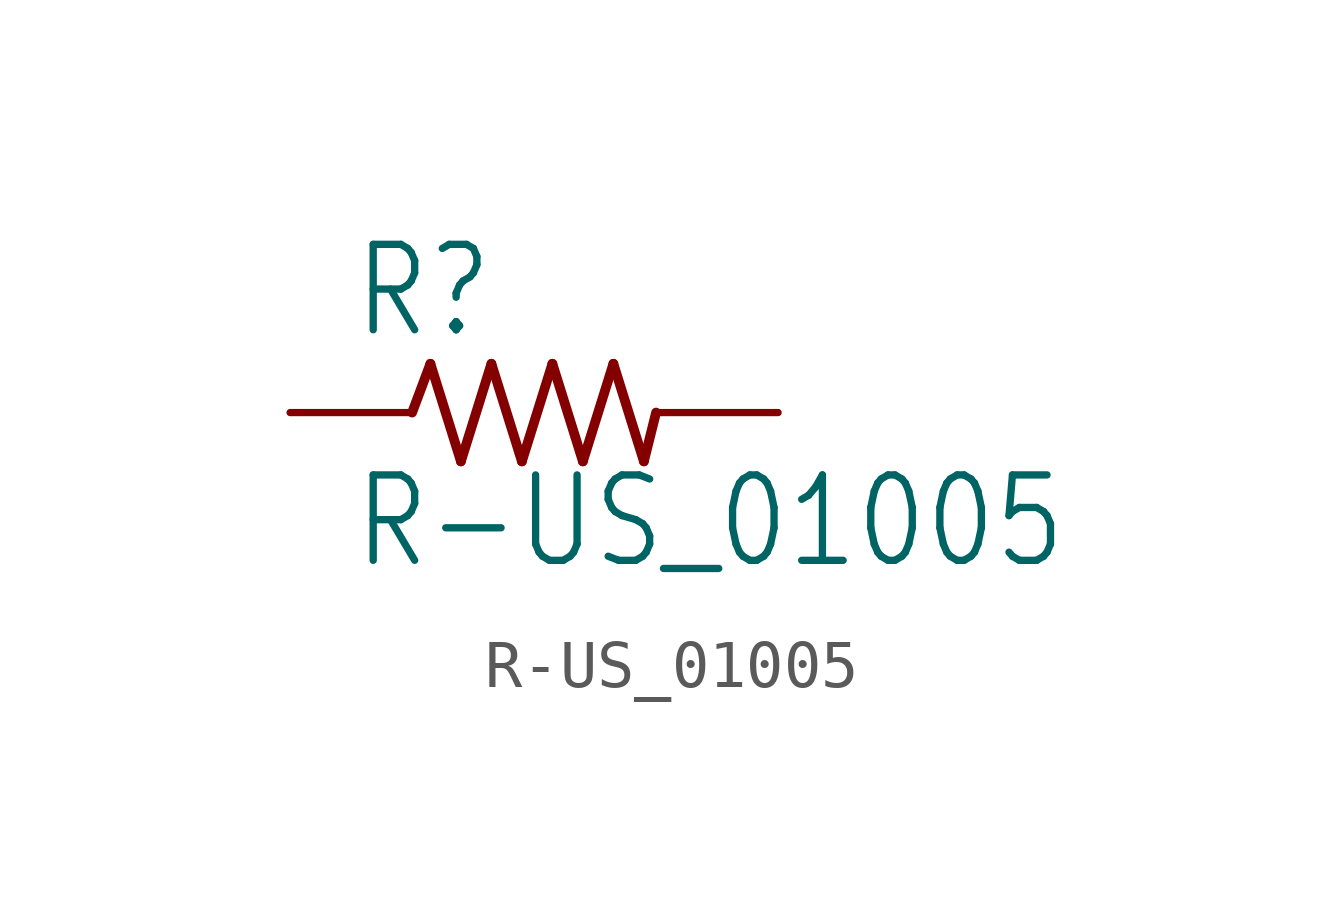
<source format=kicad_sym>
(kicad_symbol_lib
  (version 20211014)
  (generator kicad_symbol_editor)
  (symbol "R-US_01005"
    (property "Reference" "R"
      (at -3.81 1.499 0)
      (effects (font (size 1.778 1.511)) (justify left bottom)))
    (property "Value" "R-US_01005"
      (at -3.81 -3.302 0)
      (effects (font (size 1.778 1.511)) (justify left bottom)))
    (property "ki_locked" ""
      (at 0 0 0)
      (effects (font (size 1.27 1.27))))
    (symbol "R-US_01005_1_0"
      (polyline (pts (xy -2.54 0) (xy -2.159 1.016)) (stroke (width 0.203) (type default) (color 0 0 0 0)) (fill (type none)))
      (polyline (pts (xy -2.159 1.016) (xy -1.524 -1.016)) (stroke (width 0.203) (type default) (color 0 0 0 0)) (fill (type none)))
      (polyline (pts (xy -1.524 -1.016) (xy -0.889 1.016)) (stroke (width 0.203) (type default) (color 0 0 0 0)) (fill (type none)))
      (polyline (pts (xy -0.889 1.016) (xy -0.254 -1.016)) (stroke (width 0.203) (type default) (color 0 0 0 0)) (fill (type none)))
      (polyline (pts (xy -0.254 -1.016) (xy 0.381 1.016)) (stroke (width 0.203) (type default) (color 0 0 0 0)) (fill (type none)))
      (polyline (pts (xy 0.381 1.016) (xy 1.016 -1.016)) (stroke (width 0.203) (type default) (color 0 0 0 0)) (fill (type none)))
      (polyline (pts (xy 1.016 -1.016) (xy 1.651 1.016)) (stroke (width 0.203) (type default) (color 0 0 0 0)) (fill (type none)))
      (polyline (pts (xy 1.651 1.016) (xy 2.286 -1.016)) (stroke (width 0.203) (type default) (color 0 0 0 0)) (fill (type none)))
      (polyline (pts (xy 2.286 -1.016) (xy 2.54 0)) (stroke (width 0.203) (type default) (color 0 0 0 0)) (fill (type none)))
      (pin passive line (at -5.08 0 0) (length 2.54) (name "1" (effects (font (size 0 0)))) (number "1" (effects (font (size 0 0)))))
      (pin passive line (at 5.08 0 180) (length 2.54) (name "2" (effects (font (size 0 0)))) (number "2" (effects (font (size 0 0))))))))
</source>
